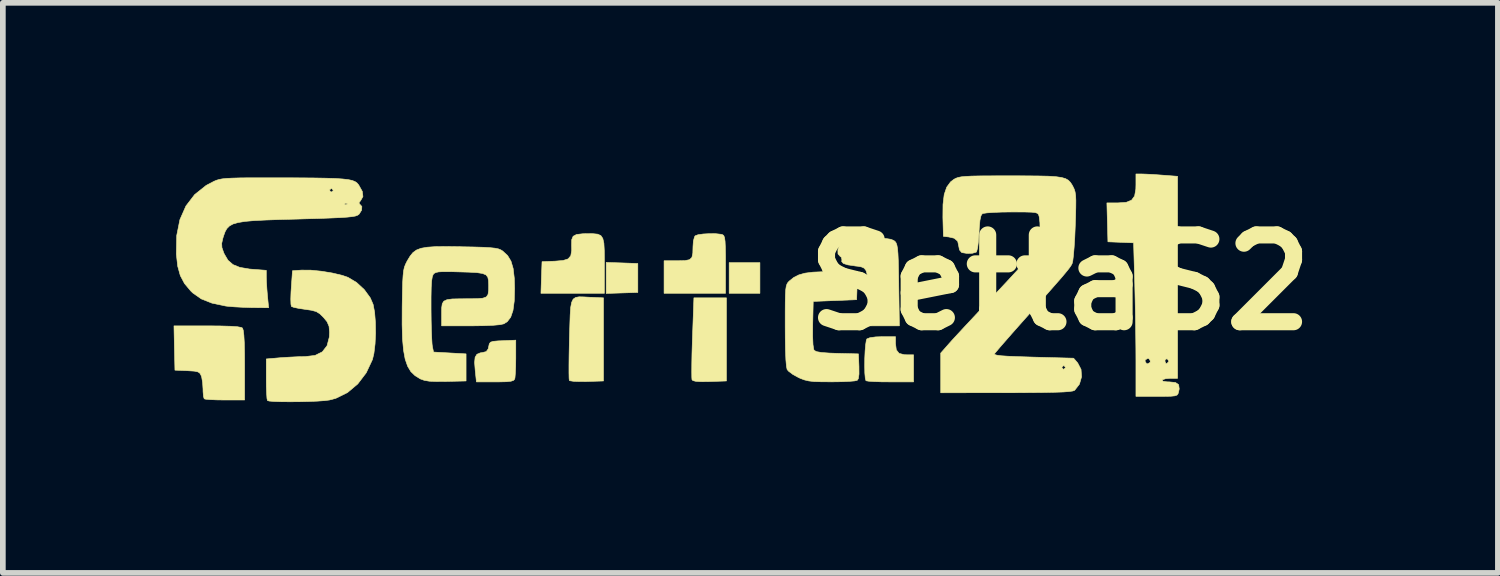
<source format=kicad_pcb>
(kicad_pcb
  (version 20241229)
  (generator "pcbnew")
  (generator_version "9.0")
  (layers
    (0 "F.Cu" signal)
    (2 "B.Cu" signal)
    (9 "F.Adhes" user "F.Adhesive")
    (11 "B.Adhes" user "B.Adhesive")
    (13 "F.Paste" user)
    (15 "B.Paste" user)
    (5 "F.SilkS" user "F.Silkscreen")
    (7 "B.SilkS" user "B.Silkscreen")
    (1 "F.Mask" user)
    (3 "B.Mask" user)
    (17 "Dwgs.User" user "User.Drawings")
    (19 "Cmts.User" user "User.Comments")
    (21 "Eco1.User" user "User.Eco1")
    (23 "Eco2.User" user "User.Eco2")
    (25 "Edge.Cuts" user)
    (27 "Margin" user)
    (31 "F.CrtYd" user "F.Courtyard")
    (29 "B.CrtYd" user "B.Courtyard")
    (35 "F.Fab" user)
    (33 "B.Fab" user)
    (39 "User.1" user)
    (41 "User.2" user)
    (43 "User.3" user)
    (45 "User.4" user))
  (footprint "SettaS2"
    (layer "F.Cu")
    (at 8.764 2.31)
    (property "Reference" "SettaS2" (at 6.8 -0.4 0) (layer "F.SilkS") (effects (font (size 1.524 1.524) (thickness 0.3))))
    (attr through_hole)
    (fp_poly (pts (xy 1.53 -0.209) (xy 0.99 -0.209) (xy 0.99 -0.749) (xy 1.53 -0.749) (xy 1.53 -0.209)) (stroke (width 0.01) (type solid)) (fill yes) (layer "F.SilkS"))
    (fp_poly (pts (xy -0.891 -0.743) (xy -0.614 -0.733) (xy -0.614 -0.225) (xy -0.891 -0.216) (xy -1.169 -0.207) (xy -1.169 -0.752) (xy -0.891 -0.743)) (stroke (width 0.01) (type solid)) (fill yes) (layer "F.SilkS"))
    (fp_poly (pts (xy 0.942 1.33) (xy 0.648 1.34) (xy 0.499 1.342) (xy 0.404 1.336) (xy 0.353 1.323) (xy 0.337 1.306) (xy 0.334 1.263) (xy 0.333 1.167) (xy 0.334 1.026) (xy 0.337 0.852) (xy 0.343 0.653) (xy 0.346 0.567) (xy 0.371 -0.13) (xy 0.942 -0.13) (xy 0.942 1.33)) (stroke (width 0.01) (type solid)) (fill yes) (layer "F.SilkS"))
    (fp_poly (pts (xy -1.398 -1.256) (xy -1.318 -1.248) (xy -1.263 -1.223) (xy -1.229 -1.173) (xy -1.21 -1.09) (xy -1.203 -0.963) (xy -1.201 -0.786) (xy -1.201 -0.209) (xy -2.315 -0.209) (xy -2.306 -0.487) (xy -2.296 -0.765) (xy -2.067 -0.774) (xy -1.926 -0.786) (xy -1.838 -0.814) (xy -1.791 -0.869) (xy -1.775 -0.962) (xy -1.777 -1.054) (xy -1.775 -1.151) (xy -1.75 -1.211) (xy -1.69 -1.243) (xy -1.583 -1.255) (xy -1.508 -1.257) (xy -1.398 -1.256)) (stroke (width 0.01) (type solid)) (fill yes) (layer "F.SilkS"))
    (fp_poly (pts (xy -1.561 -0.146) (xy -1.451 -0.14) (xy -1.438 -0.14) (xy -1.217 -0.13) (xy -1.217 1.33) (xy -1.508 1.339) (xy -1.638 1.34) (xy -1.742 1.336) (xy -1.805 1.326) (xy -1.817 1.32) (xy -1.821 1.281) (xy -1.823 1.188) (xy -1.823 1.05) (xy -1.821 0.878) (xy -1.817 0.681) (xy -1.815 0.587) (xy -1.808 0.351) (xy -1.802 0.171) (xy -1.793 0.039) (xy -1.776 -0.051) (xy -1.749 -0.107) (xy -1.706 -0.137) (xy -1.645 -0.148) (xy -1.561 -0.146)) (stroke (width 0.01) (type solid)) (fill yes) (layer "F.SilkS"))
    (fp_poly (pts (xy 0.758 -1.256) (xy 0.848 -1.246) (xy 0.876 -1.238) (xy 0.895 -1.223) (xy 0.909 -1.187) (xy 0.918 -1.123) (xy 0.923 -1.02) (xy 0.926 -0.871) (xy 0.926 -0.714) (xy 0.926 -0.209) (xy -0.153 -0.209) (xy -0.153 -0.781) (xy 0.081 -0.781) (xy 0.213 -0.784) (xy 0.294 -0.8) (xy 0.336 -0.84) (xy 0.352 -0.916) (xy 0.355 -1.031) (xy 0.362 -1.129) (xy 0.382 -1.201) (xy 0.393 -1.219) (xy 0.443 -1.238) (xy 0.534 -1.251) (xy 0.647 -1.257) (xy 0.758 -1.256)) (stroke (width 0.01) (type solid)) (fill yes) (layer "F.SilkS"))
    (fp_poly (pts (xy 3.911 0.673) (xy 3.925 0.783) (xy 3.973 0.845) (xy 4.067 0.869) (xy 4.108 0.87) (xy 4.228 0.87) (xy 4.228 1.346) (xy 3.821 1.346) (xy 3.666 1.345) (xy 3.535 1.34) (xy 3.44 1.334) (xy 3.394 1.326) (xy 3.392 1.325) (xy 3.38 1.281) (xy 3.372 1.19) (xy 3.37 1.069) (xy 3.371 0.934) (xy 3.377 0.802) (xy 3.387 0.69) (xy 3.399 0.613) (xy 3.409 0.591) (xy 3.462 0.57) (xy 3.563 0.556) (xy 3.679 0.552) (xy 3.911 0.552) (xy 3.911 0.673)) (stroke (width 0.01) (type solid)) (fill yes) (layer "F.SilkS"))
    (fp_poly (pts (xy -2.757 0.93) (xy -2.759 1.07) (xy -2.764 1.189) (xy -2.771 1.271) (xy -2.776 1.296) (xy -2.796 1.319) (xy -2.84 1.334) (xy -2.922 1.343) (xy -3.05 1.346) (xy -3.122 1.346) (xy -3.448 1.346) (xy -3.469 1.147) (xy -3.48 1.005) (xy -3.471 0.913) (xy -3.439 0.861) (xy -3.38 0.836) (xy -3.349 0.832) (xy -3.276 0.814) (xy -3.242 0.767) (xy -3.233 0.727) (xy -3.222 0.678) (xy -3.201 0.649) (xy -3.154 0.634) (xy -3.067 0.626) (xy -2.987 0.623) (xy -2.757 0.613) (xy -2.757 0.93)) (stroke (width 0.01) (type solid)) (fill yes) (layer "F.SilkS"))
    (fp_poly (pts (xy -7.943 0.364) (xy -7.768 0.369) (xy -7.647 0.377) (xy -7.577 0.39) (xy -7.557 0.4) (xy -7.543 0.439) (xy -7.532 0.524) (xy -7.524 0.66) (xy -7.52 0.852) (xy -7.519 1.051) (xy -7.519 1.664) (xy -7.863 1.664) (xy -8.005 1.662) (xy -8.123 1.657) (xy -8.202 1.65) (xy -8.228 1.643) (xy -8.241 1.601) (xy -8.248 1.519) (xy -8.249 1.47) (xy -8.256 1.36) (xy -8.272 1.264) (xy -8.28 1.239) (xy -8.302 1.196) (xy -8.337 1.171) (xy -8.403 1.157) (xy -8.514 1.15) (xy -8.526 1.149) (xy -8.742 1.14) (xy -8.751 0.751) (xy -8.759 0.362) (xy -8.177 0.362) (xy -7.943 0.364)) (stroke (width 0.01) (type solid)) (fill yes) (layer "F.SilkS"))
    (fp_poly (pts (xy 3.285 -1.193) (xy 3.449 -1.188) (xy 3.453 -1.188) (xy 3.627 -1.181) (xy 3.748 -1.171) (xy 3.829 -1.158) (xy 3.879 -1.138) (xy 3.903 -1.12) (xy 3.921 -1.095) (xy 3.935 -1.057) (xy 3.946 -0.998) (xy 3.954 -0.908) (xy 3.96 -0.781) (xy 3.964 -0.607) (xy 3.968 -0.378) (xy 3.968 -0.351) (xy 3.979 0.362) (xy 3.434 0.362) (xy 3.431 -0.075) (xy 3.429 -0.281) (xy 3.424 -0.434) (xy 3.414 -0.54) (xy 3.393 -0.61) (xy 3.361 -0.651) (xy 3.312 -0.673) (xy 3.245 -0.685) (xy 3.207 -0.689) (xy 3.073 -0.709) (xy 2.995 -0.734) (xy 2.966 -0.768) (xy 2.97 -0.797) (xy 2.96 -0.843) (xy 2.94 -0.857) (xy 2.901 -0.901) (xy 2.899 -0.975) (xy 2.931 -1.06) (xy 2.976 -1.12) (xy 3.013 -1.153) (xy 3.049 -1.176) (xy 3.098 -1.189) (xy 3.173 -1.194) (xy 3.285 -1.193)) (stroke (width 0.01) (type solid)) (fill yes) (layer "F.SilkS"))
    (fp_poly (pts (xy 3.237 -0.344) (xy 3.228 -0.098) (xy 2.466 -0.067) (xy 2.457 0.342) (xy 2.456 0.546) (xy 2.462 0.691) (xy 2.475 0.775) (xy 2.484 0.793) (xy 2.525 0.815) (xy 2.612 0.83) (xy 2.75 0.84) (xy 2.89 0.845) (xy 3.26 0.854) (xy 3.269 1.074) (xy 3.27 1.209) (xy 3.258 1.29) (xy 3.238 1.319) (xy 3.192 1.329) (xy 3.096 1.337) (xy 2.963 1.343) (xy 2.807 1.345) (xy 2.784 1.345) (xy 2.608 1.344) (xy 2.48 1.34) (xy 2.386 1.329) (xy 2.311 1.311) (xy 2.239 1.284) (xy 2.207 1.269) (xy 2.11 1.216) (xy 2.035 1.16) (xy 2.008 1.129) (xy 1.996 1.073) (xy 1.986 0.958) (xy 1.979 0.788) (xy 1.975 0.569) (xy 1.974 0.354) (xy 1.974 0.124) (xy 1.975 -0.052) (xy 1.978 -0.18) (xy 1.983 -0.271) (xy 1.992 -0.332) (xy 2.005 -0.372) (xy 2.022 -0.4) (xy 2.045 -0.424) (xy 2.046 -0.425) (xy 2.123 -0.487) (xy 2.211 -0.532) (xy 2.319 -0.563) (xy 2.46 -0.581) (xy 2.645 -0.589) (xy 2.8 -0.591) (xy 3.247 -0.591) (xy 3.237 -0.344)) (stroke (width 0.01) (type solid)) (fill yes) (layer "F.SilkS"))
    (fp_poly (pts (xy -6.357 -0.616) (xy -6.167 -0.597) (xy -5.974 -0.565) (xy -5.802 -0.524) (xy -5.702 -0.489) (xy -5.553 -0.4) (xy -5.417 -0.274) (xy -5.312 -0.13) (xy -5.262 -0.014) (xy -5.236 0.123) (xy -5.222 0.299) (xy -5.219 0.491) (xy -5.228 0.68) (xy -5.248 0.845) (xy -5.274 0.954) (xy -5.383 1.186) (xy -5.532 1.382) (xy -5.713 1.534) (xy -5.918 1.635) (xy -6.029 1.664) (xy -6.115 1.675) (xy -6.24 1.684) (xy -6.391 1.69) (xy -6.556 1.694) (xy -6.72 1.695) (xy -6.871 1.694) (xy -6.996 1.69) (xy -7.083 1.683) (xy -7.117 1.674) (xy -7.126 1.636) (xy -7.132 1.548) (xy -7.137 1.423) (xy -7.138 1.298) (xy -7.138 0.943) (xy -6.895 0.922) (xy -6.742 0.912) (xy -6.581 0.904) (xy -6.458 0.902) (xy -6.282 0.881) (xy -6.154 0.818) (xy -6.071 0.711) (xy -6.031 0.558) (xy -6.027 0.474) (xy -6.036 0.37) (xy -6.071 0.289) (xy -6.133 0.214) (xy -6.198 0.15) (xy -6.261 0.111) (xy -6.346 0.088) (xy -6.456 0.072) (xy -6.569 0.055) (xy -6.655 0.037) (xy -6.697 0.021) (xy -6.697 0.021) (xy -6.705 -0.019) (xy -6.708 -0.108) (xy -6.704 -0.229) (xy -6.699 -0.305) (xy -6.678 -0.606) (xy -6.519 -0.617) (xy -6.357 -0.616)) (stroke (width 0.01) (type solid)) (fill yes) (layer "F.SilkS"))
    (fp_poly (pts (xy 8.237 -2.305) (xy 8.318 -2.302) (xy 8.438 -2.296) (xy 8.575 -2.286) (xy 8.602 -2.284) (xy 8.864 -2.264) (xy 8.864 1.283) (xy 8.739 1.283) (xy 8.654 1.29) (xy 8.6 1.308) (xy 8.594 1.315) (xy 8.609 1.335) (xy 8.678 1.345) (xy 8.72 1.346) (xy 8.828 1.357) (xy 8.883 1.395) (xy 8.893 1.469) (xy 8.882 1.521) (xy 8.872 1.555) (xy 8.853 1.578) (xy 8.814 1.591) (xy 8.745 1.598) (xy 8.632 1.6) (xy 8.498 1.6) (xy 8.133 1.6) (xy 8.133 0.989) (xy 8.133 0.981) (xy 8.292 0.981) (xy 8.318 1.023) (xy 8.34 1.029) (xy 8.382 1.003) (xy 8.387 0.981) (xy 8.642 0.981) (xy 8.658 1.021) (xy 8.676 1.023) (xy 8.708 0.99) (xy 8.71 0.981) (xy 8.685 0.944) (xy 8.676 0.94) (xy 8.647 0.955) (xy 8.642 0.981) (xy 8.387 0.981) (xy 8.362 0.939) (xy 8.34 0.933) (xy 8.298 0.959) (xy 8.292 0.981) (xy 8.133 0.981) (xy 8.132 0.762) (xy 8.129 0.492) (xy 8.125 0.204) (xy 8.119 -0.083) (xy 8.113 -0.345) (xy 8.113 -0.359) (xy 8.092 -1.096) (xy 7.867 -1.105) (xy 7.641 -1.114) (xy 7.632 -1.456) (xy 7.623 -1.797) (xy 7.815 -1.797) (xy 7.961 -1.807) (xy 8.056 -1.845) (xy 8.11 -1.919) (xy 8.131 -2.04) (xy 8.133 -2.115) (xy 8.133 -2.305) (xy 8.237 -2.305)) (stroke (width 0.01) (type solid)) (fill yes) (layer "F.SilkS"))
    (fp_poly (pts (xy -3.734 -1.028) (xy -3.717 -1.027) (xy -3.497 -1.023) (xy -3.33 -1.018) (xy -3.209 -1.011) (xy -3.123 -1.002) (xy -3.063 -0.99) (xy -3.021 -0.973) (xy -2.987 -0.952) (xy -2.901 -0.873) (xy -2.841 -0.774) (xy -2.803 -0.645) (xy -2.783 -0.474) (xy -2.778 -0.292) (xy -2.784 -0.073) (xy -2.806 0.091) (xy -2.846 0.209) (xy -2.906 0.288) (xy -2.966 0.326) (xy -3.032 0.341) (xy -3.154 0.352) (xy -3.323 0.359) (xy -3.531 0.362) (xy -3.552 0.362) (xy -4.059 0.362) (xy -4.059 0.143) (xy -4.058 0.044) (xy -4.048 -0.026) (xy -4.021 -0.071) (xy -3.966 -0.097) (xy -3.875 -0.11) (xy -3.736 -0.113) (xy -3.594 -0.114) (xy -3.438 -0.115) (xy -3.335 -0.124) (xy -3.274 -0.146) (xy -3.244 -0.19) (xy -3.234 -0.262) (xy -3.233 -0.347) (xy -3.236 -0.432) (xy -3.248 -0.492) (xy -3.28 -0.533) (xy -3.341 -0.558) (xy -3.439 -0.573) (xy -3.585 -0.581) (xy -3.729 -0.585) (xy -3.905 -0.59) (xy -4.029 -0.59) (xy -4.11 -0.586) (xy -4.161 -0.575) (xy -4.192 -0.558) (xy -4.207 -0.541) (xy -4.223 -0.5) (xy -4.235 -0.425) (xy -4.242 -0.309) (xy -4.245 -0.144) (xy -4.245 0.074) (xy -4.243 0.263) (xy -4.239 0.436) (xy -4.233 0.58) (xy -4.227 0.683) (xy -4.221 0.727) (xy -4.201 0.822) (xy -3.63 0.854) (xy -3.63 1.33) (xy -3.979 1.338) (xy -4.152 1.339) (xy -4.275 1.334) (xy -4.363 1.319) (xy -4.43 1.295) (xy -4.434 1.293) (xy -4.525 1.237) (xy -4.599 1.166) (xy -4.656 1.071) (xy -4.699 0.948) (xy -4.728 0.79) (xy -4.746 0.589) (xy -4.753 0.339) (xy -4.752 0.035) (xy -4.751 -0.032) (xy -4.747 -0.244) (xy -4.743 -0.403) (xy -4.736 -0.52) (xy -4.727 -0.604) (xy -4.713 -0.668) (xy -4.693 -0.72) (xy -4.667 -0.772) (xy -4.662 -0.781) (xy -4.613 -0.862) (xy -4.563 -0.924) (xy -4.502 -0.969) (xy -4.422 -1) (xy -4.313 -1.019) (xy -4.169 -1.029) (xy -3.978 -1.031) (xy -3.734 -1.028)) (stroke (width 0.01) (type solid)) (fill yes) (layer "F.SilkS"))
    (fp_poly (pts (xy -6.94 -2.238) (xy -6.9 -2.238) (xy -6.577 -2.237) (xy -6.311 -2.235) (xy -6.096 -2.231) (xy -5.926 -2.226) (xy -5.796 -2.217) (xy -5.699 -2.206) (xy -5.629 -2.191) (xy -5.579 -2.171) (xy -5.545 -2.147) (xy -5.519 -2.117) (xy -5.517 -2.115) (xy -5.452 -1.999) (xy -5.441 -1.909) (xy -5.478 -1.843) (xy -5.512 -1.796) (xy -5.495 -1.773) (xy -5.46 -1.734) (xy -5.464 -1.67) (xy -5.506 -1.603) (xy -5.515 -1.594) (xy -5.538 -1.579) (xy -5.575 -1.566) (xy -5.633 -1.556) (xy -5.718 -1.547) (xy -5.838 -1.539) (xy -5.997 -1.532) (xy -6.205 -1.524) (xy -6.466 -1.517) (xy -6.589 -1.513) (xy -6.9 -1.505) (xy -7.153 -1.496) (xy -7.356 -1.486) (xy -7.514 -1.472) (xy -7.634 -1.452) (xy -7.722 -1.427) (xy -7.785 -1.392) (xy -7.829 -1.348) (xy -7.861 -1.292) (xy -7.886 -1.223) (xy -7.901 -1.175) (xy -7.921 -1.086) (xy -7.917 -1.012) (xy -7.885 -0.921) (xy -7.875 -0.899) (xy -7.811 -0.79) (xy -7.724 -0.714) (xy -7.603 -0.665) (xy -7.435 -0.636) (xy -7.373 -0.631) (xy -7.138 -0.613) (xy -7.138 -0.499) (xy -7.135 -0.406) (xy -7.127 -0.28) (xy -7.118 -0.17) (xy -7.097 0.044) (xy -7.396 0.041) (xy -7.55 0.036) (xy -7.702 0.028) (xy -7.826 0.017) (xy -7.856 0.013) (xy -8.092 -0.037) (xy -8.279 -0.111) (xy -8.429 -0.216) (xy -8.464 -0.25) (xy -8.574 -0.381) (xy -8.648 -0.521) (xy -8.694 -0.687) (xy -8.717 -0.896) (xy -8.717 -0.908) (xy -8.711 -1.224) (xy -8.655 -1.503) (xy -8.549 -1.743) (xy -8.516 -1.786) (xy -5.762 -1.786) (xy -5.758 -1.768) (xy -5.741 -1.765) (xy -5.715 -1.777) (xy -5.72 -1.786) (xy -5.758 -1.79) (xy -5.762 -1.786) (xy -8.516 -1.786) (xy -8.395 -1.944) (xy -8.3 -2.019) (xy -6.027 -2.019) (xy -6.003 -1.988) (xy -5.995 -1.988) (xy -5.964 -2.012) (xy -5.963 -2.019) (xy -5.988 -2.05) (xy -5.995 -2.051) (xy -6.026 -2.027) (xy -6.027 -2.019) (xy -8.3 -2.019) (xy -8.194 -2.104) (xy -8.057 -2.176) (xy -8.015 -2.194) (xy -7.969 -2.208) (xy -7.913 -2.219) (xy -7.839 -2.227) (xy -7.74 -2.232) (xy -7.607 -2.236) (xy -7.435 -2.238) (xy -7.215 -2.238) (xy -6.94 -2.238)) (stroke (width 0.01) (type solid)) (fill yes) (layer "F.SilkS"))
    (fp_poly (pts (xy 5.927 -2.273) (xy 6.205 -2.272) (xy 6.427 -2.27) (xy 6.6 -2.266) (xy 6.731 -2.257) (xy 6.828 -2.243) (xy 6.897 -2.223) (xy 6.946 -2.195) (xy 6.982 -2.158) (xy 7.013 -2.111) (xy 7.028 -2.083) (xy 7.049 -2.039) (xy 7.064 -1.991) (xy 7.074 -1.928) (xy 7.078 -1.84) (xy 7.077 -1.718) (xy 7.073 -1.55) (xy 7.067 -1.384) (xy 7.059 -1.194) (xy 7.048 -1.022) (xy 7.036 -0.88) (xy 7.024 -0.78) (xy 7.013 -0.733) (xy 6.997 -0.703) (xy 6.973 -0.667) (xy 6.939 -0.622) (xy 6.889 -0.561) (xy 6.82 -0.479) (xy 6.726 -0.372) (xy 6.604 -0.233) (xy 6.448 -0.057) (xy 6.254 0.16) (xy 6.249 0.166) (xy 6.096 0.338) (xy 5.957 0.495) (xy 5.837 0.632) (xy 5.742 0.741) (xy 5.678 0.817) (xy 5.65 0.851) (xy 5.65 0.852) (xy 5.655 0.866) (xy 5.692 0.877) (xy 5.765 0.887) (xy 5.883 0.895) (xy 6.05 0.902) (xy 6.273 0.909) (xy 6.333 0.911) (xy 7.038 0.93) (xy 7.11 1.013) (xy 7.169 1.126) (xy 7.178 1.257) (xy 7.141 1.385) (xy 7.058 1.492) (xy 7.054 1.495) (xy 7.024 1.506) (xy 6.961 1.515) (xy 6.859 1.523) (xy 6.714 1.528) (xy 6.521 1.532) (xy 6.276 1.534) (xy 5.974 1.536) (xy 5.855 1.536) (xy 4.705 1.537) (xy 4.705 1.092) (xy 6.832 1.092) (xy 6.856 1.123) (xy 6.864 1.124) (xy 6.894 1.1) (xy 6.895 1.092) (xy 6.871 1.061) (xy 6.864 1.06) (xy 6.833 1.085) (xy 6.832 1.092) (xy 4.705 1.092) (xy 4.705 0.84) (xy 4.852 0.673) (xy 4.911 0.607) (xy 5.007 0.503) (xy 5.133 0.367) (xy 5.282 0.208) (xy 5.447 0.031) (xy 5.622 -0.155) (xy 5.686 -0.223) (xy 5.856 -0.404) (xy 6.013 -0.574) (xy 6.152 -0.724) (xy 6.267 -0.85) (xy 6.351 -0.945) (xy 6.401 -1.004) (xy 6.41 -1.016) (xy 6.43 -1.084) (xy 6.443 -1.193) (xy 6.449 -1.321) (xy 6.447 -1.447) (xy 6.435 -1.549) (xy 6.431 -1.567) (xy 6.421 -1.595) (xy 6.403 -1.614) (xy 6.366 -1.627) (xy 6.3 -1.634) (xy 6.195 -1.637) (xy 6.042 -1.638) (xy 5.947 -1.638) (xy 5.779 -1.636) (xy 5.631 -1.63) (xy 5.517 -1.622) (xy 5.448 -1.612) (xy 5.436 -1.608) (xy 5.412 -1.572) (xy 5.394 -1.493) (xy 5.382 -1.363) (xy 5.377 -1.267) (xy 5.367 -1.122) (xy 5.353 -1.01) (xy 5.336 -0.944) (xy 5.328 -0.932) (xy 5.261 -0.913) (xy 5.167 -0.91) (xy 5.08 -0.924) (xy 5.072 -0.927) (xy 5.034 -0.972) (xy 5.022 -1.035) (xy 5.003 -1.124) (xy 4.941 -1.177) (xy 4.847 -1.199) (xy 4.752 -1.21) (xy 4.743 -1.543) (xy 4.745 -1.77) (xy 4.766 -1.944) (xy 4.81 -2.073) (xy 4.878 -2.166) (xy 4.938 -2.212) (xy 4.972 -2.23) (xy 5.012 -2.244) (xy 5.066 -2.255) (xy 5.142 -2.262) (xy 5.248 -2.268) (xy 5.391 -2.271) (xy 5.579 -2.272) (xy 5.82 -2.273) (xy 5.927 -2.273)) (stroke (width 0.01) (type solid)) (fill yes) (layer "F.SilkS")))
  (gr_rect
    (start -3 -3)
    (end 23.253 7.01)
    (stroke (width 0.1) (type default))
    (fill no)
    (layer "Edge.Cuts")))
</source>
